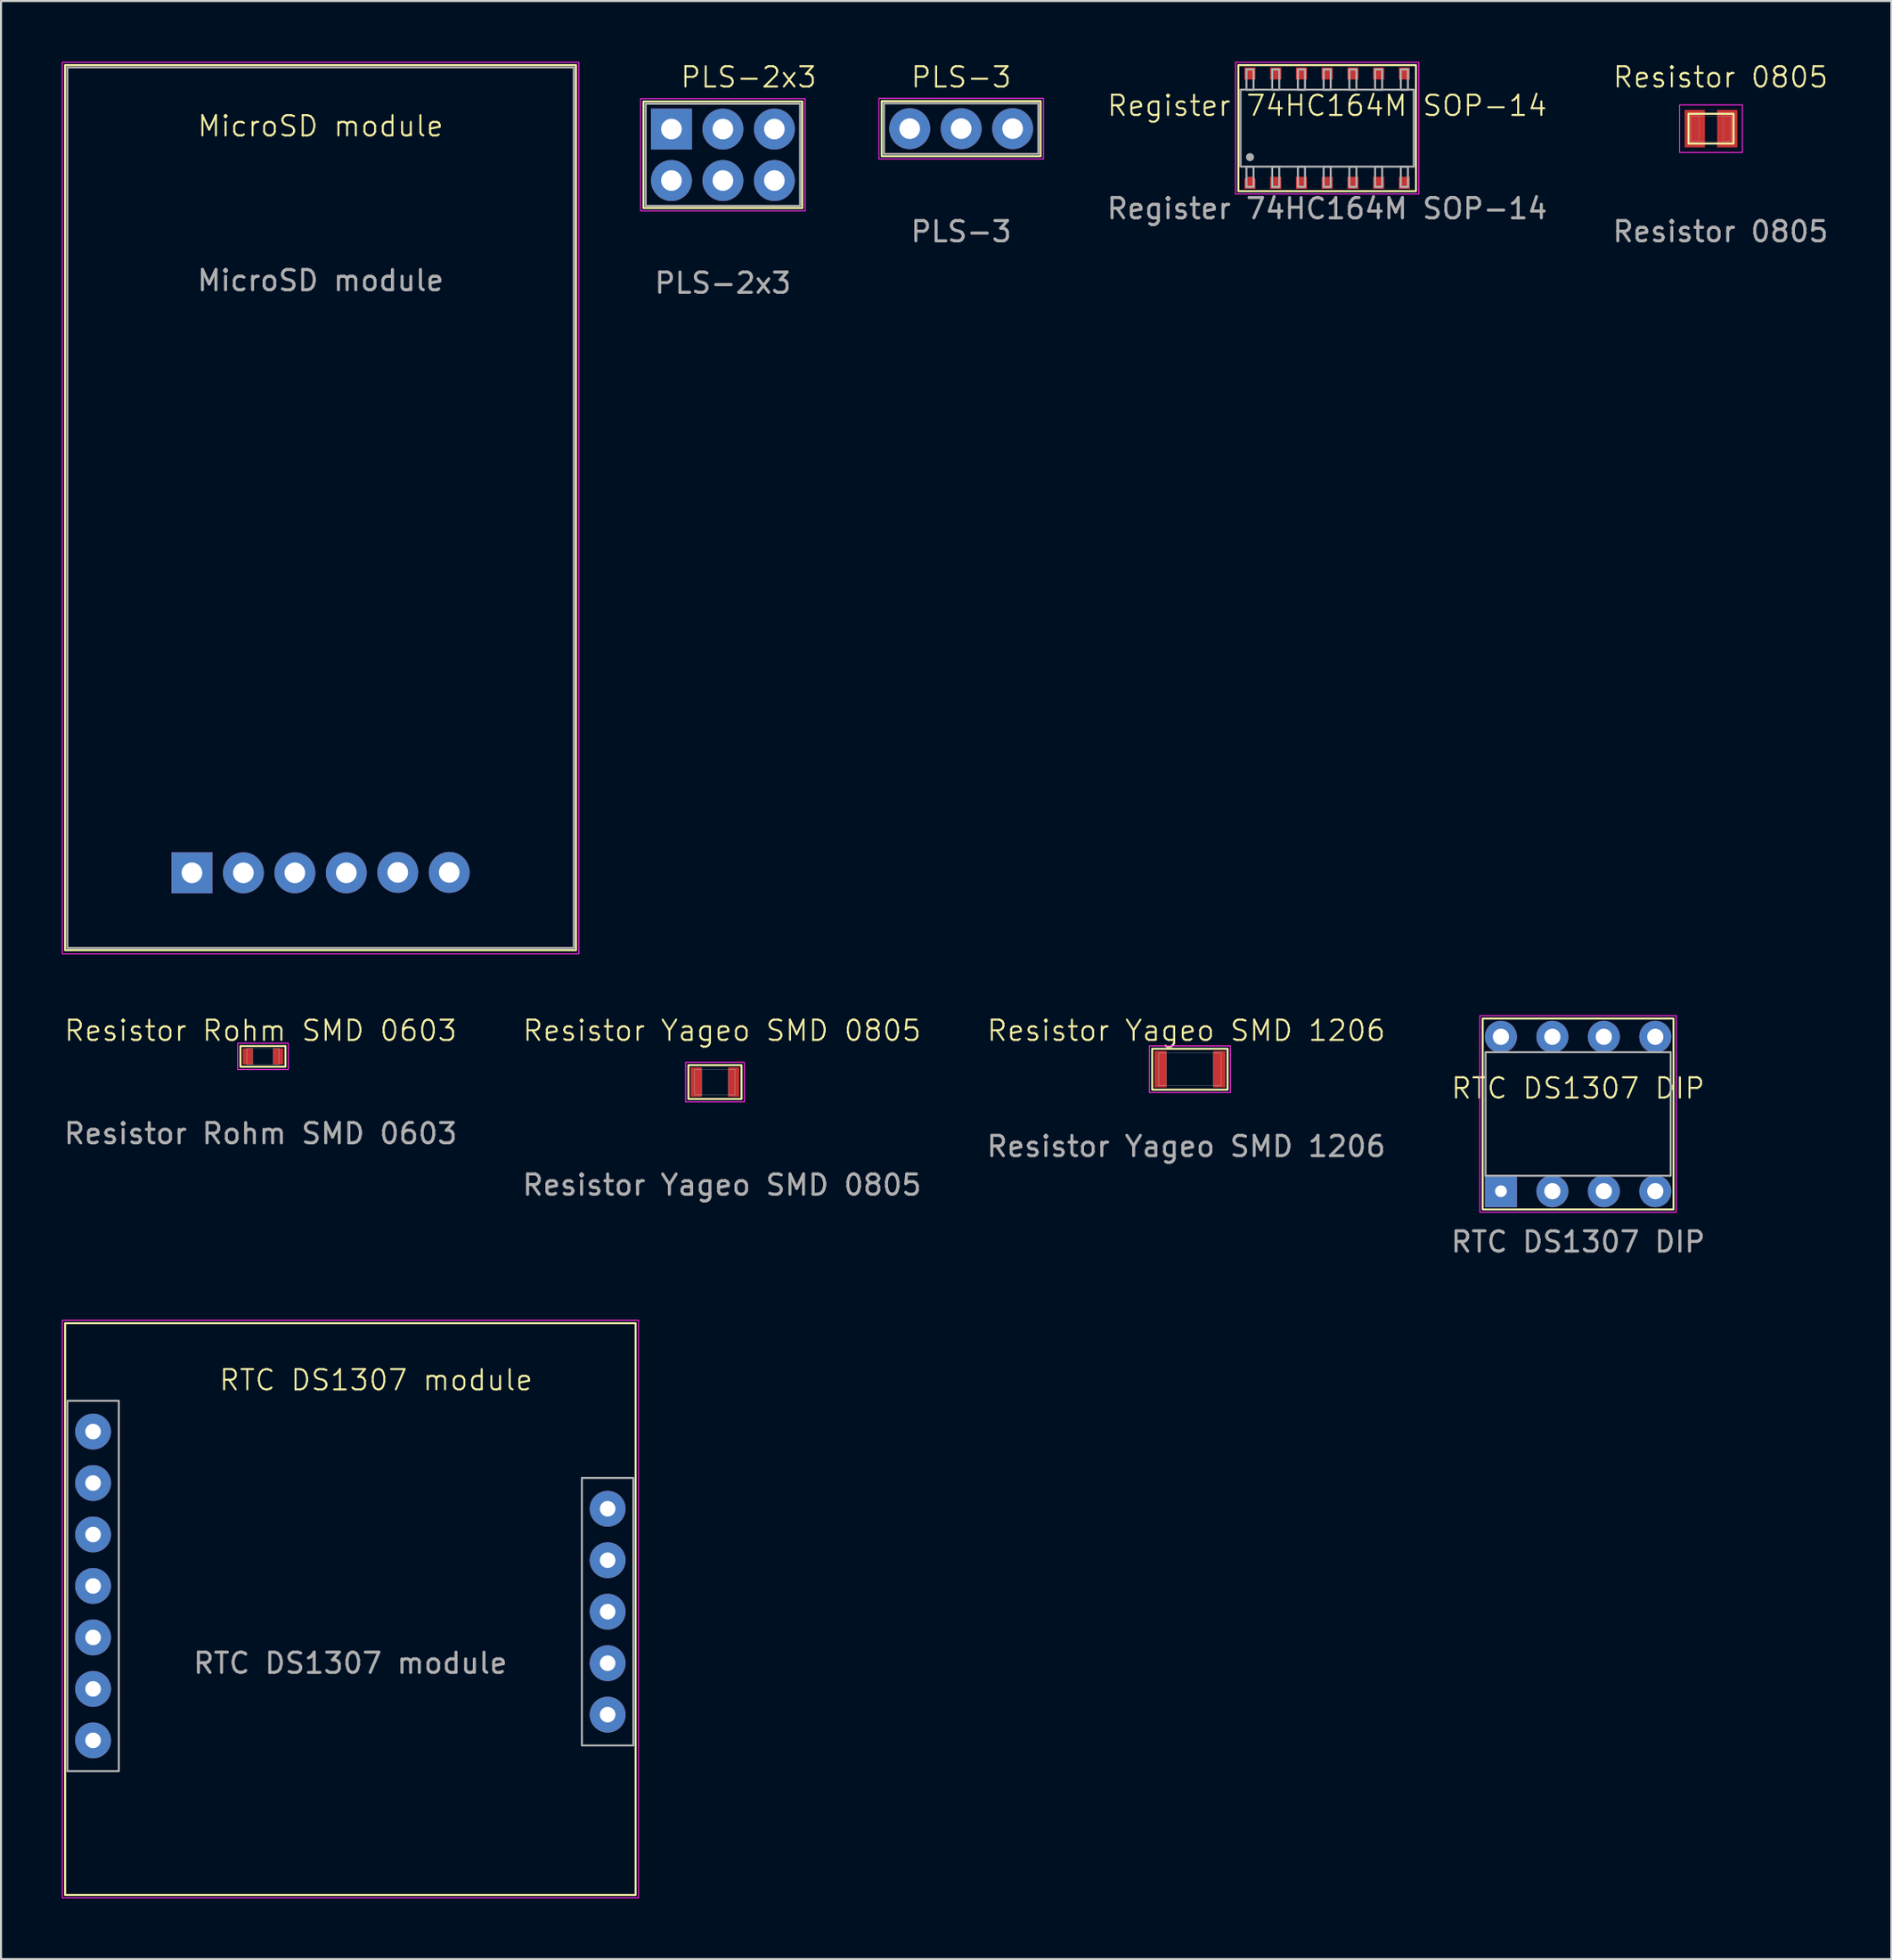
<source format=kicad_pcb>
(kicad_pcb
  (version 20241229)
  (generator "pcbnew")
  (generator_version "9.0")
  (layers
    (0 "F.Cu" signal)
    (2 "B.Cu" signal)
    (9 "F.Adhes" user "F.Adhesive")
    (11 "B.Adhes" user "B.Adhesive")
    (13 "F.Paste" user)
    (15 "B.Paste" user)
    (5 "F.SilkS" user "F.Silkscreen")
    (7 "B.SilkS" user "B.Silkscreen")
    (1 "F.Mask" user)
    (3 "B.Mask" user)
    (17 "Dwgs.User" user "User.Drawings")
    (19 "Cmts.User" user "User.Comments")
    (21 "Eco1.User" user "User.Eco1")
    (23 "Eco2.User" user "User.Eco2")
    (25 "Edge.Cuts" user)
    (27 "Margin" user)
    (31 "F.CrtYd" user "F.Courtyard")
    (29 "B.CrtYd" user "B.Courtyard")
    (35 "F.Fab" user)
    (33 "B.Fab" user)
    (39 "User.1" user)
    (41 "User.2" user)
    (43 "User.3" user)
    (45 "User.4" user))
  (footprint "PLS-2x3"
    (layer "F.Cu")
    (at 30.095 3.3)
    (property "Reference" "PLS-2x3" (at 3.81 -2.54 0) (unlocked yes) (layer "F.SilkS") (effects (font (size 1 1) (thickness 0.1))))
    (attr through_hole)
    (fp_rect (start -1.38 -1.34) (end 6.46 3.92) (stroke (width 0.1) (type solid)) (fill no) (layer "F.SilkS"))
    (fp_rect (start -1.52 -1.48) (end 6.6 4.06) (stroke (width 0.05) (type solid)) (fill no) (layer "F.CrtYd"))
    (fp_rect (start -1.27 -1.23) (end 6.35 3.81) (stroke (width 0.1) (type solid)) (fill no) (layer "F.Fab"))
    (fp_text user "${REFERENCE}" (at 2.54 7.62 0) (unlocked yes) (layer "F.Fab") (effects (font (size 1 1) (thickness 0.15))))
    (pad "GND" thru_hole circle (at 5.08 0.02) (size 2.02 2.02) (drill 1.02) (layers "*.Cu" "*.Mask"))
    (pad "P" thru_hole circle (at 2.54 0.02) (size 2.02 2.02) (drill 1.02) (layers "*.Cu" "*.Mask"))
    (pad "S0" thru_hole circle (at 5.08 2.56) (size 2.02 2.02) (drill 1.02) (layers "*.Cu" "*.Mask"))
    (pad "S1" thru_hole circle (at 2.54 2.56) (size 2.02 2.02) (drill 1.02) (layers "*.Cu" "*.Mask"))
    (pad "Vp" thru_hole rect (at 0 0.02) (size 2.02 2.02) (drill 1.02) (layers "*.Cu" "*.Mask"))
    (pad "Vs" thru_hole circle (at 0 2.56) (size 2.02 2.02) (drill 1.02) (layers "*.Cu" "*.Mask")))
  (footprint "Register 74HC164M SOP-14"
    (layer "F.Cu")
    (at 58.654 5.975)
    (property "Reference" "Register 74HC164M SOP-14" (at 3.81 -3.81 0) (unlocked yes) (layer "F.SilkS") (effects (font (size 1 1) (thickness 0.1))))
    (attr smd)
    (fp_rect (start -0.575 -5.81) (end 8.195 0.41) (stroke (width 0.1) (type default)) (fill no) (layer "F.SilkS"))
    (fp_rect (start -0.715 -5.95) (end 8.335 0.55) (stroke (width 0.05) (type solid)) (fill no) (layer "F.CrtYd"))
    (fp_rect (start -0.465 -4.6) (end 8.085 -0.8) (stroke (width 0.1) (type solid)) (fill no) (layer "F.Fab"))
    (fp_rect (start -0.175 -5.6) (end 0.175 -4.6) (stroke (width 0.1) (type solid)) (fill no) (layer "F.Fab"))
    (fp_rect (start -0.175 -0.8) (end 0.175 0.2) (stroke (width 0.1) (type solid)) (fill no) (layer "F.Fab"))
    (fp_rect (start 1.095 -5.6) (end 1.445 -4.6) (stroke (width 0.1) (type solid)) (fill no) (layer "F.Fab"))
    (fp_rect (start 1.095 -0.8) (end 1.445 0.2) (stroke (width 0.1) (type solid)) (fill no) (layer "F.Fab"))
    (fp_rect (start 2.365 -5.6) (end 2.715 -4.6) (stroke (width 0.1) (type solid)) (fill no) (layer "F.Fab"))
    (fp_rect (start 2.365 -0.8) (end 2.715 0.2) (stroke (width 0.1) (type solid)) (fill no) (layer "F.Fab"))
    (fp_rect (start 3.635 -5.6) (end 3.985 -4.6) (stroke (width 0.1) (type solid)) (fill no) (layer "F.Fab"))
    (fp_rect (start 3.635 -0.8) (end 3.985 0.2) (stroke (width 0.1) (type solid)) (fill no) (layer "F.Fab"))
    (fp_rect (start 4.905 -5.6) (end 5.255 -4.6) (stroke (width 0.1) (type solid)) (fill no) (layer "F.Fab"))
    (fp_rect (start 4.905 -0.8) (end 5.255 0.2) (stroke (width 0.1) (type solid)) (fill no) (layer "F.Fab"))
    (fp_rect (start 6.175 -5.6) (end 6.525 -4.6) (stroke (width 0.1) (type solid)) (fill no) (layer "F.Fab"))
    (fp_rect (start 6.175 -0.8) (end 6.525 0.2) (stroke (width 0.1) (type solid)) (fill no) (layer "F.Fab"))
    (fp_rect (start 7.445 -5.6) (end 7.795 -4.6) (stroke (width 0.1) (type solid)) (fill no) (layer "F.Fab"))
    (fp_rect (start 7.445 -0.8) (end 7.795 0.2) (stroke (width 0.1) (type solid)) (fill no) (layer "F.Fab"))
    (fp_circle (center 0 -1.27) (end 0.1 -1.27) (stroke (width 0.2) (type default)) (fill no) (layer "F.Fab"))
    (fp_text user "${REFERENCE}" (at 3.81 1.27 0) (unlocked yes) (layer "F.Fab") (effects (font (size 1 1) (thickness 0.15))))
    (pad "A1" smd roundrect (at 0 0) (size 0.55 0.6) (layers "F.Cu" "F.Mask" "F.Paste") (roundrect_rratio 0) (chamfer_ratio 0.2) (chamfer top_left top_right))
    (pad "A2" smd rect (at 1.27 0) (size 0.55 0.6) (layers "F.Cu" "F.Mask" "F.Paste"))
    (pad "CLK" smd rect (at 7.62 -5.4) (size 0.55 0.6) (layers "F.Cu" "F.Mask" "F.Paste"))
    (pad "GND" smd rect (at 7.62 0) (size 0.55 0.6) (layers "F.Cu" "F.Mask" "F.Paste"))
    (pad "Qa" smd rect (at 2.54 0) (size 0.55 0.6) (layers "F.Cu" "F.Mask" "F.Paste"))
    (pad "Qb" smd rect (at 3.81 0) (size 0.55 0.6) (layers "F.Cu" "F.Mask" "F.Paste"))
    (pad "Qc" smd rect (at 5.08 0) (size 0.55 0.6) (layers "F.Cu" "F.Mask" "F.Paste"))
    (pad "Qd" smd rect (at 6.35 0) (size 0.55 0.6) (layers "F.Cu" "F.Mask" "F.Paste"))
    (pad "Qe" smd rect (at 5.08 -5.4) (size 0.55 0.6) (layers "F.Cu" "F.Mask" "F.Paste"))
    (pad "Qf" smd rect (at 3.81 -5.4) (size 0.55 0.6) (layers "F.Cu" "F.Mask" "F.Paste"))
    (pad "Qg" smd rect (at 2.54 -5.4) (size 0.55 0.6) (layers "F.Cu" "F.Mask" "F.Paste"))
    (pad "Qh" smd rect (at 1.27 -5.4) (size 0.55 0.6) (layers "F.Cu" "F.Mask" "F.Paste"))
    (pad "RST" smd rect (at 6.35 -5.4) (size 0.55 0.6) (layers "F.Cu" "F.Mask" "F.Paste"))
    (pad "VCC" smd rect (at 0 -5.4) (size 0.55 0.6) (layers "F.Cu" "F.Mask" "F.Paste")))
  (footprint "PLS-3"
    (layer "F.Cu")
    (at 41.857 3.3)
    (property "Reference" "PLS-3" (at 2.54 -2.54 0) (unlocked yes) (layer "F.SilkS") (effects (font (size 1 1) (thickness 0.1))))
    (attr through_hole)
    (fp_rect (start -1.38 -1.36) (end 6.46 1.36) (stroke (width 0.1) (type solid)) (fill no) (layer "F.SilkS"))
    (fp_rect (start -1.52 -1.5) (end 6.6 1.5) (stroke (width 0.05) (type solid)) (fill no) (layer "F.CrtYd"))
    (fp_rect (start -1.27 -1.25) (end 6.35 1.25) (stroke (width 0.1) (type solid)) (fill no) (layer "F.Fab"))
    (fp_text user "${REFERENCE}" (at 2.54 5.08 0) (unlocked yes) (layer "F.Fab") (effects (font (size 1 1) (thickness 0.15))))
    (pad "1" thru_hole circle (at 0 0) (size 2.02 2.02) (drill 1.02) (layers "*.Cu" "*.Mask"))
    (pad "2" thru_hole circle (at 2.54 0) (size 2.02 2.02) (drill 1.02) (layers "*.Cu" "*.Mask"))
    (pad "3" thru_hole circle (at 5.08 0) (size 2.02 2.02) (drill 1.02) (layers "*.Cu" "*.Mask")))
  (footprint "Resistor Yageo SMD 0805"
    (layer "F.Cu")
    (at 31.319 50.353)
    (property "Reference" "Resistor Yageo SMD 0805" (at 1.27 -2.54 0) (unlocked yes) (layer "F.SilkS") (effects (font (size 1 1) (thickness 0.1))))
    (attr smd)
    (fp_rect (start -0.385 -0.835) (end 2.235 0.835) (stroke (width 0.1) (type solid)) (fill no) (layer "F.SilkS"))
    (fp_rect (start -0.525 -0.975) (end 2.375 0.975) (stroke (width 0.05) (type solid)) (fill no) (layer "F.CrtYd"))
    (fp_rect (start -0.075 -0.625) (end 0.275 0.625) (stroke (width 0.01) (type solid)) (fill no) (layer "F.Fab"))
    (fp_rect (start -0.075 -0.625) (end 1.925 0.625) (stroke (width 0.01) (type solid)) (fill no) (layer "F.Fab"))
    (fp_rect (start 1.575 -0.625) (end 1.925 0.625) (stroke (width 0.01) (type solid)) (fill no) (layer "F.Fab"))
    (fp_text user "${REFERENCE}" (at 1.27 5.08 0) (unlocked yes) (layer "F.Fab") (effects (font (size 1 1) (thickness 0.15))))
    (pad "1" smd rect (at 0 0) (size 0.55 1.45) (layers "F.Cu" "F.Mask" "F.Paste"))
    (pad "2" smd rect (at 1.85 0) (size 0.55 1.45) (layers "F.Cu" "F.Mask" "F.Paste")))
  (footprint "RTC DS1307 module"
    (layer "F.Cu")
    (at 1.545 67.601)
    (property "Reference" "RTC DS1307 module" (at 13.97 -2.54 0) (unlocked yes) (layer "F.SilkS") (effects (font (size 1 1) (thickness 0.1))))
    (attr smd)
    (fp_rect (start -1.38 -5.35) (end 26.78 22.87) (stroke (width 0.1) (type default)) (fill no) (layer "F.SilkS"))
    (fp_rect (start -1.52 -5.49) (end 26.92 23.01) (stroke (width 0.05) (type solid)) (fill no) (layer "F.CrtYd"))
    (fp_rect (start -1.27 -1.52) (end 1.27 16.76) (stroke (width 0.1) (type solid)) (fill no) (layer "F.Fab"))
    (fp_rect (start 24.13 2.29) (end 26.67 15.49) (stroke (width 0.1) (type solid)) (fill no) (layer "F.Fab"))
    (fp_text user "${REFERENCE}" (at 12.7 11.43 0) (unlocked yes) (layer "F.Fab") (effects (font (size 1 1) (thickness 0.15))))
    (pad "DS" thru_hole circle (at 0 2.54) (size 1.77 1.77) (drill 0.77) (layers "*.Cu" "*.Mask"))
    (pad "DS" thru_hole circle (at 25.4 3.81) (size 1.77 1.77) (drill 0.77) (layers "*.Cu" "*.Mask"))
    (pad "GND" thru_hole circle (at 0 12.7) (size 1.77 1.77) (drill 0.77) (layers "*.Cu" "*.Mask"))
    (pad "GND" thru_hole circle (at 25.4 13.97) (size 1.77 1.77) (drill 0.77) (layers "*.Cu" "*.Mask"))
    (pad "SCL" thru_hole circle (at 0 5.08) (size 1.77 1.77) (drill 0.77) (layers "*.Cu" "*.Mask"))
    (pad "SCL" thru_hole circle (at 25.4 6.35) (size 1.77 1.77) (drill 0.77) (layers "*.Cu" "*.Mask"))
    (pad "SDA" thru_hole circle (at 0 7.62) (size 1.77 1.77) (drill 0.77) (layers "*.Cu" "*.Mask"))
    (pad "SDA" thru_hole circle (at 25.4 8.89) (size 1.77 1.77) (drill 0.77) (layers "*.Cu" "*.Mask"))
    (pad "SQW/OUT" thru_hole circle (at 0 0) (size 1.77 1.77) (drill 0.77) (layers "*.Cu" "*.Mask"))
    (pad "Vbat" thru_hole circle (at 0 15.24) (size 1.77 1.77) (drill 0.77) (layers "*.Cu" "*.Mask"))
    (pad "Vin" thru_hole circle (at 0 10.16) (size 1.77 1.77) (drill 0.77) (layers "*.Cu" "*.Mask"))
    (pad "Vin" thru_hole circle (at 25.4 11.43) (size 1.77 1.77) (drill 0.77) (layers "*.Cu" "*.Mask")))
  (footprint "Resistor 0805"
    (layer "F.Cu")
    (at 80.611 3.3)
    (property "Reference" "Resistor 0805" (at 1.27 -2.54 0) (unlocked yes) (layer "F.SilkS") (effects (font (size 1 1) (thickness 0.1))))
    (attr smd)
    (fp_rect (start -0.31 -0.735) (end 1.91 0.735) (stroke (width 0.1) (type solid)) (fill no) (layer "F.SilkS"))
    (fp_rect (start -0.75 -1.175) (end 2.35 1.175) (stroke (width 0.05) (type default)) (fill no) (layer "F.CrtYd"))
    (fp_rect (start -0.2 -0.625) (end 0.2 0.625) (stroke (width 0.01) (type solid)) (fill no) (layer "F.Fab"))
    (fp_rect (start -0.2 -0.625) (end 1.8 0.625) (stroke (width 0.01) (type solid)) (fill no) (layer "F.Fab"))
    (fp_rect (start 1.4 -0.625) (end 1.8 0.625) (stroke (width 0.01) (type solid)) (fill no) (layer "F.Fab"))
    (fp_text user "${REFERENCE}" (at 1.27 5.08 0) (unlocked yes) (layer "F.Fab") (effects (font (size 1 1) (thickness 0.15))))
    (pad "1" smd rect (at 0 0) (size 1 1.85) (layers "F.Cu" "F.Mask" "F.Paste"))
    (pad "2" smd rect (at 1.6 0) (size 1 1.85) (layers "F.Cu" "F.Mask" "F.Paste")))
  (footprint "RTC DS1307 DIP"
    (layer "F.Cu")
    (at 71.041 55.738)
    (property "Reference" "RTC DS1307 DIP" (at 3.81 -5.08 0) (unlocked yes) (layer "F.SilkS") (effects (font (size 1 1) (thickness 0.1))))
    (attr through_hole)
    (fp_rect (start -0.9 -8.52) (end 8.52 0.9) (stroke (width 0.1) (type default)) (fill no) (layer "F.SilkS"))
    (fp_rect (start -1.04 -8.66) (end 8.66 1.04) (stroke (width 0.05) (type solid)) (fill no) (layer "F.CrtYd"))
    (fp_rect (start -0.76 -6.86) (end 8.38 -0.76) (stroke (width 0.1) (type solid)) (fill no) (layer "F.Fab"))
    (fp_text user "${REFERENCE}" (at 3.81 2.5 0) (unlocked yes) (layer "F.Fab") (effects (font (size 1 1) (thickness 0.15))))
    (pad "GND" thru_hole circle (at 7.62 0) (size 1.58 1.58) (drill 0.8) (layers "*.Cu" "*.Mask"))
    (pad "SCL" thru_hole circle (at 5.08 -7.62) (size 1.58 1.58) (drill 0.8) (layers "*.Cu" "*.Mask"))
    (pad "SDA" thru_hole circle (at 7.62 -7.62) (size 1.58 1.58) (drill 0.8) (layers "*.Cu" "*.Mask"))
    (pad "SQW/OUT" thru_hole circle (at 2.54 -7.62) (size 1.58 1.58) (drill 0.8) (layers "*.Cu" "*.Mask"))
    (pad "VCC" thru_hole circle (at 0 -7.62) (size 1.58 1.58) (drill 0.8) (layers "*.Cu" "*.Mask"))
    (pad "Vbat" thru_hole circle (at 5.08 0) (size 1.58 1.58) (drill 0.8) (layers "*.Cu" "*.Mask"))
    (pad "X1" thru_hole rect (at 0 0) (size 1.58 1.58) (drill 0.58) (layers "*.Cu" "*.Mask"))
    (pad "X2" thru_hole circle (at 2.54 0) (size 1.58 1.58) (drill 0.8) (layers "*.Cu" "*.Mask")))
  (footprint "Resistor Rohm SMD 0603"
    (layer "F.Cu")
    (at 9.18 49.084)
    (property "Reference" "Resistor Rohm SMD 0603" (at 0.635 -1.27 0) (unlocked yes) (layer "F.SilkS") (effects (font (size 1 1) (thickness 0.1))))
    (attr smd)
    (fp_rect (start -0.36 -0.51) (end 1.86 0.51) (stroke (width 0.1) (type default)) (fill no) (layer "F.SilkS"))
    (fp_rect (start -0.5 -0.65) (end 2 0.65) (stroke (width 0.05) (type solid)) (fill no) (layer "F.CrtYd"))
    (fp_rect (start -0.05 -0.4) (end 0.25 0.4) (stroke (width 0.01) (type solid)) (fill no) (layer "F.Fab"))
    (fp_rect (start -0.05 -0.4) (end 1.55 0.4) (stroke (width 0.01) (type solid)) (fill no) (layer "F.Fab"))
    (fp_rect (start 1.25 -0.4) (end 1.55 0.4) (stroke (width 0.01) (type solid)) (fill no) (layer "F.Fab"))
    (fp_text user "${REFERENCE}" (at 0.635 3.81 0) (unlocked yes) (layer "F.Fab") (effects (font (size 1 1) (thickness 0.15))))
    (pad "1" smd rect (at 0 0) (size 0.5 0.8) (layers "F.Cu" "F.Mask" "F.Paste"))
    (pad "2" smd rect (at 1.5 0) (size 0.5 0.8) (layers "F.Cu" "F.Mask" "F.Paste")))
  (footprint "MicroSD module"
    (layer "F.Cu")
    (at 6.425 40.005)
    (property "Reference" "MicroSD module" (at 6.35 -36.83 0) (unlocked yes) (layer "F.SilkS") (effects (font (size 1 1) (thickness 0.1))))
    (attr smd)
    (fp_rect (start -6.26 -39.84) (end 18.96 3.84) (stroke (width 0.1) (type solid)) (fill no) (layer "F.SilkS"))
    (fp_rect (start -6.4 -39.98) (end 19.1 4.023) (stroke (width 0.05) (type solid)) (fill no) (layer "F.CrtYd"))
    (fp_rect (start -6.15 -39.73) (end 18.85 3.73) (stroke (width 0.1) (type solid)) (fill no) (layer "F.Fab"))
    (fp_text user "${REFERENCE}" (at 6.35 -29.21 0) (unlocked yes) (layer "F.Fab") (effects (font (size 1 1) (thickness 0.15))))
    (pad "CS" thru_hole circle (at 12.7 0) (size 2.02 2.02) (drill 1.02) (layers "*.Cu" "*.Mask"))
    (pad "GND" thru_hole rect (at 0 0.02) (size 2.02 2.02) (drill 1.02) (layers "*.Cu" "*.Mask"))
    (pad "MISO" thru_hole circle (at 5.08 0.02) (size 2.02 2.02) (drill 1.02) (layers "*.Cu" "*.Mask"))
    (pad "MOSI" thru_hole circle (at 7.62 0.02) (size 2.02 2.02) (drill 1.02) (layers "*.Cu" "*.Mask"))
    (pad "SCK" thru_hole circle (at 10.16 0) (size 2.02 2.02) (drill 1.02) (layers "*.Cu" "*.Mask"))
    (pad "Vin" thru_hole circle (at 2.54 0.02) (size 2.02 2.02) (drill 1.02) (layers "*.Cu" "*.Mask")))
  (footprint "Resistor Yageo SMD 1206"
    (layer "F.Cu")
    (at 54.236 49.718)
    (property "Reference" "Resistor Yageo SMD 1206" (at 1.27 -1.905 0) (unlocked yes) (layer "F.SilkS") (effects (font (size 1 1) (thickness 0.1))))
    (attr smd)
    (fp_rect (start -0.41 -1.01) (end 3.31 1.01) (stroke (width 0.1) (type default)) (fill no) (layer "F.SilkS"))
    (fp_rect (start -0.55 -1.15) (end 3.45 1.15) (stroke (width 0.05) (type solid)) (fill no) (layer "F.CrtYd"))
    (fp_rect (start -0.1 -0.8) (end 0.3 0.8) (stroke (width 0.01) (type solid)) (fill no) (layer "F.Fab"))
    (fp_rect (start -0.1 -0.8) (end 3 0.8) (stroke (width 0.01) (type solid)) (fill no) (layer "F.Fab"))
    (fp_rect (start 2.6 -0.8) (end 3 0.8) (stroke (width 0.01) (type solid)) (fill no) (layer "F.Fab"))
    (fp_text user "${REFERENCE}" (at 1.27 3.81 0) (unlocked yes) (layer "F.Fab") (effects (font (size 1 1) (thickness 0.15))))
    (pad "1" smd rect (at 0 0) (size 0.6 1.8) (layers "F.Cu" "F.Mask" "F.Paste"))
    (pad "2" smd rect (at 2.9 0) (size 0.6 1.8) (layers "F.Cu" "F.Mask" "F.Paste")))
  (gr_rect
    (start -3 -3)
    (end 90.315 93.636)
    (stroke (width 0.1) (type default))
    (fill no)
    (layer "Edge.Cuts")))
</source>
